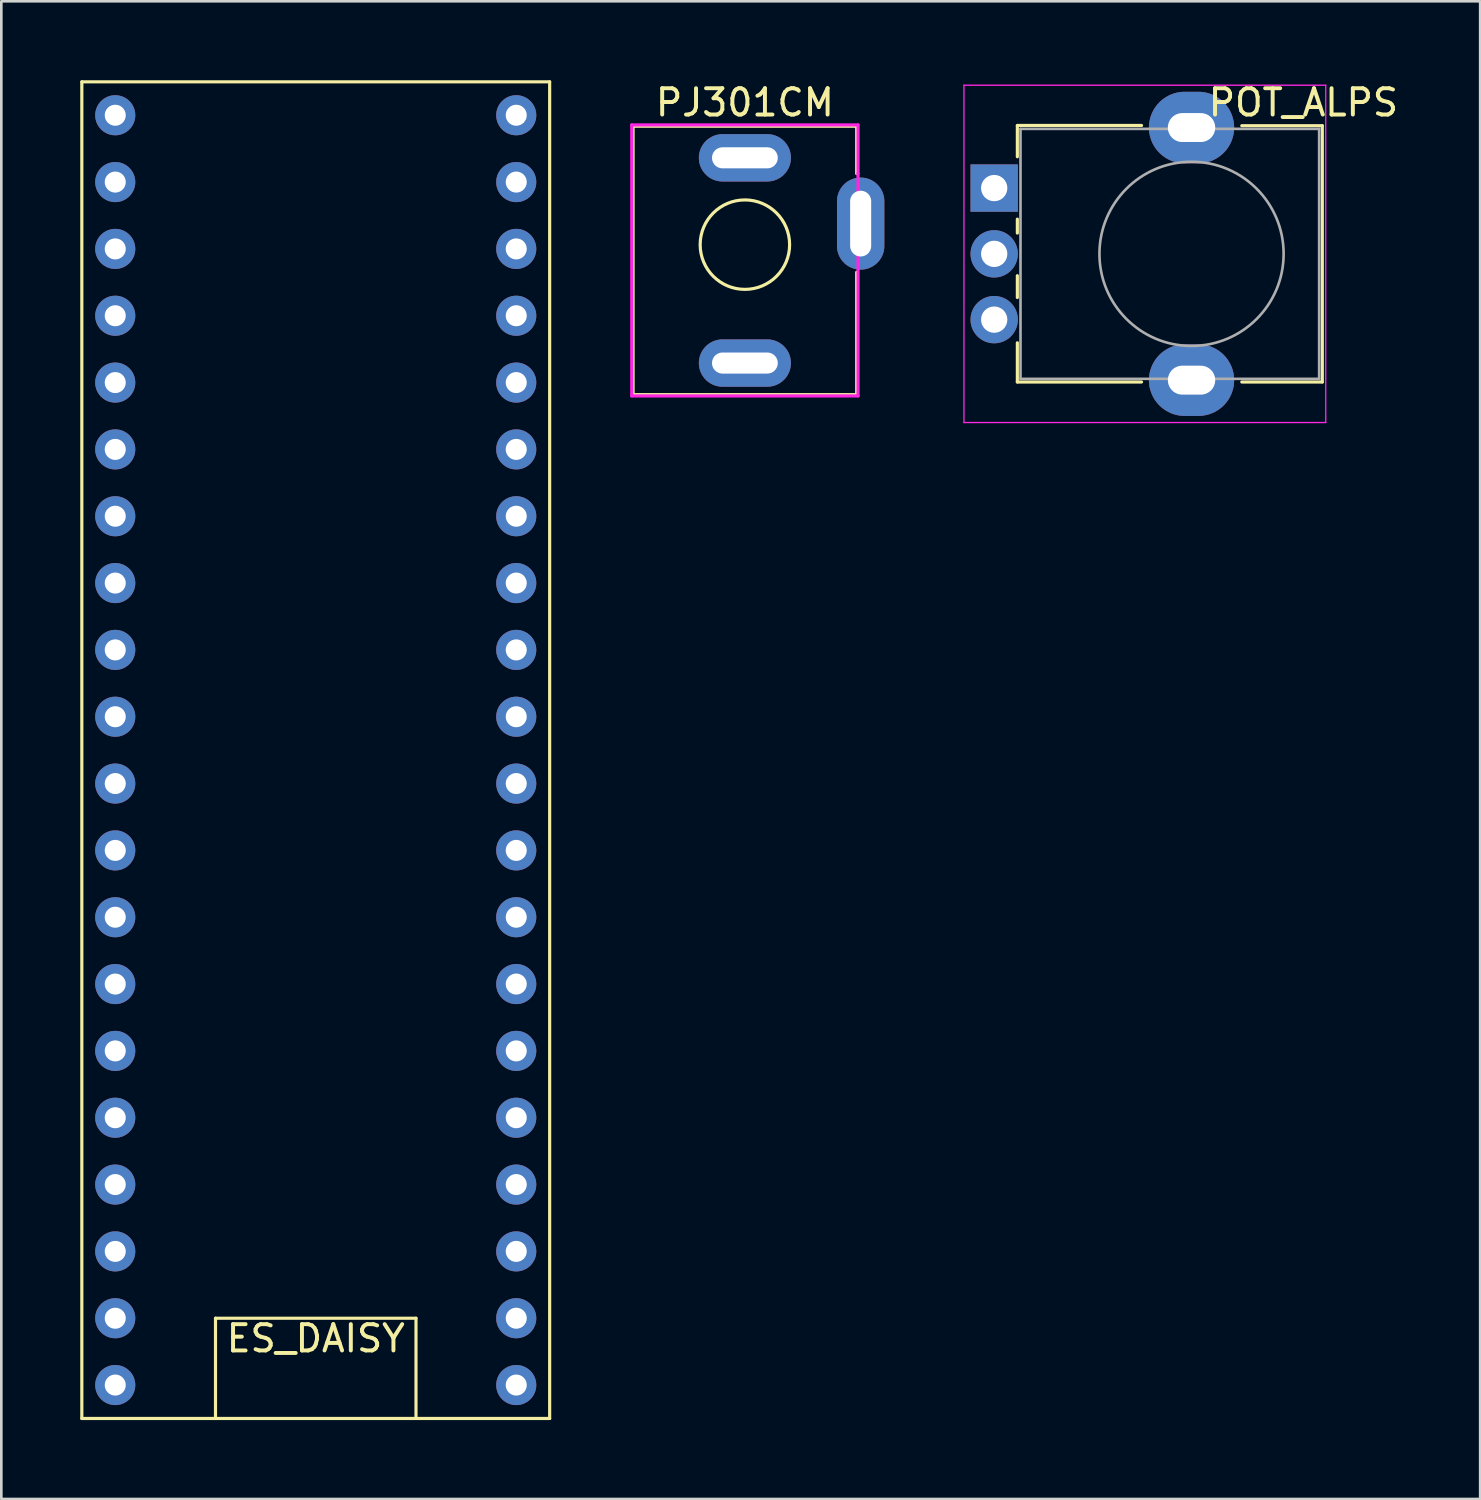
<source format=kicad_pcb>
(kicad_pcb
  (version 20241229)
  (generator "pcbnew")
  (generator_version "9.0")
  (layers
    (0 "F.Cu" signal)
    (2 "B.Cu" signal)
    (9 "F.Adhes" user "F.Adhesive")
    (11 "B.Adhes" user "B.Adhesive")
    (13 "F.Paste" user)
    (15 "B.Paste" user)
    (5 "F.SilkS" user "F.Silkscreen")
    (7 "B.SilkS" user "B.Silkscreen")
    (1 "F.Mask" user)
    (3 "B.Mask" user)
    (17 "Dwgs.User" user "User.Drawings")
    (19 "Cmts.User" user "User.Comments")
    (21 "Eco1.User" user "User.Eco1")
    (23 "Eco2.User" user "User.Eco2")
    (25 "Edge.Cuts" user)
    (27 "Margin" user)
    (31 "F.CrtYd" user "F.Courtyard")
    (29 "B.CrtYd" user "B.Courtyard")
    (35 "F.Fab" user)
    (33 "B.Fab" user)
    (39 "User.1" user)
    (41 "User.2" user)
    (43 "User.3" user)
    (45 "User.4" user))
  (footprint "POT_ALPS"
    (layer "F.Cu")
    (at 42.235 6.598)
    (property "Reference" "POT_ALPS" (at 4.25 -5.75 0) (layer "F.SilkS") (effects (font (size 1 1) (thickness 0.15))))
    (attr through_hole)
    (fp_line (start -6.62 -4.88) (end -1.9 -4.88) (stroke (width 0.12) (type solid)) (layer "F.SilkS"))
    (fp_line (start -6.62 -3.69) (end -6.62 -4.87) (stroke (width 0.12) (type solid)) (layer "F.SilkS"))
    (fp_line (start -6.62 -0.79) (end -6.62 -1.32) (stroke (width 0.12) (type solid)) (layer "F.SilkS"))
    (fp_line (start -6.62 1.66) (end -6.62 0.83) (stroke (width 0.12) (type solid)) (layer "F.SilkS"))
    (fp_line (start -6.62 4.87) (end -6.62 3.38) (stroke (width 0.12) (type solid)) (layer "F.SilkS"))
    (fp_line (start -6.62 4.87) (end -1.9 4.87) (stroke (width 0.12) (type solid)) (layer "F.SilkS"))
    (fp_line (start 1.91 -4.87) (end 4.97 -4.87) (stroke (width 0.12) (type solid)) (layer "F.SilkS"))
    (fp_line (start 1.91 4.87) (end 4.97 4.87) (stroke (width 0.12) (type solid)) (layer "F.SilkS"))
    (fp_line (start 4.97 4.87) (end 4.97 -4.87) (stroke (width 0.12) (type solid)) (layer "F.SilkS"))
    (fp_circle (center 0 0) (end 0 -3.75) (stroke (width 0.1) (type default)) (fill no) (layer "Eco1.User"))
    (fp_line (start -8.65 -6.41) (end -8.65 6.41) (stroke (width 0.05) (type solid)) (layer "F.CrtYd"))
    (fp_line (start -8.65 6.41) (end 5.1 6.41) (stroke (width 0.05) (type solid)) (layer "F.CrtYd"))
    (fp_line (start 5.1 -6.41) (end -8.65 -6.41) (stroke (width 0.05) (type solid)) (layer "F.CrtYd"))
    (fp_line (start 5.1 6.41) (end 5.1 -6.41) (stroke (width 0.05) (type solid)) (layer "F.CrtYd"))
    (fp_line (start -6.5 -4.75) (end 4.85 -4.75) (stroke (width 0.1) (type solid)) (layer "F.Fab"))
    (fp_line (start -6.5 4.75) (end -6.5 -4.75) (stroke (width 0.1) (type solid)) (layer "F.Fab"))
    (fp_line (start -6.5 4.75) (end 4.85 4.75) (stroke (width 0.1) (type solid)) (layer "F.Fab"))
    (fp_line (start 4.85 4.75) (end 4.85 -4.75) (stroke (width 0.1) (type solid)) (layer "F.Fab"))
    (fp_circle (center 0 0) (end 0 -3.5) (stroke (width 0.1) (type solid)) (fill no) (layer "F.Fab"))
    (pad "1" thru_hole rect (at -7.5 -2.5 90) (size 1.8 1.8) (drill 1) (layers "*.Cu" "*.Mask"))
    (pad "1" thru_hole oval (at 0 -4.8 90) (size 2.72 3.24) (drill oval 1.1 1.8) (layers "*.Cu" "*.Mask"))
    (pad "1" thru_hole oval (at 0 4.8 90) (size 2.72 3.24) (drill oval 1.1 1.8) (layers "*.Cu" "*.Mask"))
    (pad "2" thru_hole circle (at -7.5 0 90) (size 1.8 1.8) (drill 1) (layers "*.Cu" "*.Mask"))
    (pad "3" thru_hole circle (at -7.5 2.5 90) (size 1.8 1.8) (drill 1) (layers "*.Cu" "*.Mask")))
  (footprint "PJ301CM"
    (layer "F.Cu")
    (at 25.26 6.248)
    (property "Reference" "PJ301CM" (at 0 -5.4 0) (layer "F.SilkS") (effects (font (size 1 1) (thickness 0.15))))
    (attr through_hole)
    (fp_line (start -4.25 -4.5) (end 4.25 -4.5) (stroke (width 0.12) (type solid)) (layer "F.SilkS"))
    (fp_line (start -4.25 5.7) (end -4.25 -4.5) (stroke (width 0.12) (type solid)) (layer "F.SilkS"))
    (fp_line (start 4.25 -4.5) (end 4.25 -2.7) (stroke (width 0.12) (type solid)) (layer "F.SilkS"))
    (fp_line (start 4.25 1.05) (end 4.25 5.7) (stroke (width 0.12) (type solid)) (layer "F.SilkS"))
    (fp_line (start 4.25 5.7) (end -4.25 5.7) (stroke (width 0.12) (type solid)) (layer "F.SilkS"))
    (fp_circle (center 0 0) (end 1.7 0) (stroke (width 0.12) (type solid)) (fill no) (layer "F.SilkS"))
    (fp_line (start -4.3 -4.55) (end 4.3 -4.55) (stroke (width 0.12) (type solid)) (layer "F.CrtYd"))
    (fp_line (start -4.3 5.75) (end -4.3 -4.55) (stroke (width 0.12) (type solid)) (layer "F.CrtYd"))
    (fp_line (start 4.3 -4.55) (end 4.3 -2.7) (stroke (width 0.12) (type solid)) (layer "F.CrtYd"))
    (fp_line (start 4.3 -2.7) (end 4.3 5.75) (stroke (width 0.12) (type solid)) (layer "F.CrtYd"))
    (fp_line (start 4.3 5.75) (end -4.3 5.75) (stroke (width 0.12) (type solid)) (layer "F.CrtYd"))
    (pad "R" thru_hole oval (at 0 -3.3 180) (size 3.5 1.8) (drill oval 2.5 0.8) (layers "*.Cu" "*.Mask"))
    (pad "S" thru_hole oval (at 4.4 -0.8 90) (size 3.5 1.8) (drill oval 2.5 0.8) (layers "*.Cu" "*.Mask"))
    (pad "T" thru_hole oval (at 0 4.5) (size 3.5 1.8) (drill oval 2.5 0.8) (layers "*.Cu" "*.Mask")))
  (footprint "ES_DAISY"
    (layer "F.Cu")
    (at 8.95 24.19)
    (property "Reference" "ES_DAISY" (at 0 23.63 180) (layer "F.SilkS") (effects (font (size 1 1) (thickness 0.15))))
    (attr through_hole)
    (fp_line (start -8.89 -24.13) (end 8.89 -24.13) (stroke (width 0.12) (type solid)) (layer "F.SilkS"))
    (fp_line (start -8.89 26.67) (end -8.89 -24.13) (stroke (width 0.12) (type solid)) (layer "F.SilkS"))
    (fp_line (start -3.81 22.86) (end -3.81 26.67) (stroke (width 0.12) (type solid)) (layer "F.SilkS"))
    (fp_line (start 3.81 22.86) (end -3.81 22.86) (stroke (width 0.12) (type solid)) (layer "F.SilkS"))
    (fp_line (start 3.81 26.67) (end 3.81 22.86) (stroke (width 0.12) (type solid)) (layer "F.SilkS"))
    (fp_line (start 8.89 -24.13) (end 8.89 26.67) (stroke (width 0.12) (type solid)) (layer "F.SilkS"))
    (fp_line (start 8.89 26.67) (end -8.89 26.67) (stroke (width 0.12) (type solid)) (layer "F.SilkS"))
    (pad "1" thru_hole circle (at 7.62 25.4 180) (size 1.524 1.524) (drill 0.8) (layers "*.Cu" "*.Mask"))
    (pad "2" thru_hole circle (at 7.62 22.86 180) (size 1.524 1.524) (drill 0.8) (layers "*.Cu" "*.Mask"))
    (pad "3" thru_hole circle (at 7.62 20.32 180) (size 1.524 1.524) (drill 0.8) (layers "*.Cu" "*.Mask"))
    (pad "4" thru_hole circle (at 7.62 17.78 180) (size 1.524 1.524) (drill 0.8) (layers "*.Cu" "*.Mask"))
    (pad "5" thru_hole circle (at 7.62 15.24 180) (size 1.524 1.524) (drill 0.8) (layers "*.Cu" "*.Mask"))
    (pad "6" thru_hole circle (at 7.62 12.7 180) (size 1.524 1.524) (drill 0.8) (layers "*.Cu" "*.Mask"))
    (pad "7" thru_hole circle (at 7.62 10.16 180) (size 1.524 1.524) (drill 0.8) (layers "*.Cu" "*.Mask"))
    (pad "8" thru_hole circle (at 7.62 7.62 180) (size 1.524 1.524) (drill 0.8) (layers "*.Cu" "*.Mask"))
    (pad "9" thru_hole circle (at 7.62 5.08 180) (size 1.524 1.524) (drill 0.8) (layers "*.Cu" "*.Mask"))
    (pad "10" thru_hole circle (at 7.62 2.54 180) (size 1.524 1.524) (drill 0.8) (layers "*.Cu" "*.Mask"))
    (pad "11" thru_hole circle (at 7.62 0 180) (size 1.524 1.524) (drill 0.8) (layers "*.Cu" "*.Mask"))
    (pad "12" thru_hole circle (at 7.62 -2.54 180) (size 1.524 1.524) (drill 0.8) (layers "*.Cu" "*.Mask"))
    (pad "13" thru_hole circle (at 7.62 -5.08 180) (size 1.524 1.524) (drill 0.8) (layers "*.Cu" "*.Mask"))
    (pad "14" thru_hole circle (at 7.62 -7.62 180) (size 1.524 1.524) (drill 0.8) (layers "*.Cu" "*.Mask"))
    (pad "15" thru_hole circle (at 7.62 -10.16 180) (size 1.524 1.524) (drill 0.8) (layers "*.Cu" "*.Mask"))
    (pad "16" thru_hole circle (at 7.62 -12.7 180) (size 1.524 1.524) (drill 0.8) (layers "*.Cu" "*.Mask"))
    (pad "17" thru_hole circle (at 7.62 -15.24 180) (size 1.524 1.524) (drill 0.8) (layers "*.Cu" "*.Mask"))
    (pad "18" thru_hole circle (at 7.62 -17.78 180) (size 1.524 1.524) (drill 0.8) (layers "*.Cu" "*.Mask"))
    (pad "19" thru_hole circle (at 7.62 -20.32 180) (size 1.524 1.524) (drill 0.8) (layers "*.Cu" "*.Mask"))
    (pad "20" thru_hole circle (at 7.62 -22.86 180) (size 1.524 1.524) (drill 0.8) (layers "*.Cu" "*.Mask"))
    (pad "21" thru_hole circle (at -7.62 -22.86 180) (size 1.524 1.524) (drill 0.8) (layers "*.Cu" "*.Mask"))
    (pad "22" thru_hole circle (at -7.62 -20.32 180) (size 1.524 1.524) (drill 0.8) (layers "*.Cu" "*.Mask"))
    (pad "23" thru_hole circle (at -7.62 -17.78 180) (size 1.524 1.524) (drill 0.8) (layers "*.Cu" "*.Mask"))
    (pad "24" thru_hole circle (at -7.62 -15.24 180) (size 1.524 1.524) (drill 0.8) (layers "*.Cu" "*.Mask"))
    (pad "25" thru_hole circle (at -7.62 -12.7 180) (size 1.524 1.524) (drill 0.8) (layers "*.Cu" "*.Mask"))
    (pad "26" thru_hole circle (at -7.62 -10.16 180) (size 1.524 1.524) (drill 0.8) (layers "*.Cu" "*.Mask"))
    (pad "27" thru_hole circle (at -7.62 -7.62 180) (size 1.524 1.524) (drill 0.8) (layers "*.Cu" "*.Mask"))
    (pad "28" thru_hole circle (at -7.62 -5.08 180) (size 1.524 1.524) (drill 0.8) (layers "*.Cu" "*.Mask"))
    (pad "29" thru_hole circle (at -7.62 -2.54 180) (size 1.524 1.524) (drill 0.8) (layers "*.Cu" "*.Mask"))
    (pad "30" thru_hole circle (at -7.62 0 180) (size 1.524 1.524) (drill 0.8) (layers "*.Cu" "*.Mask"))
    (pad "31" thru_hole circle (at -7.62 2.54 180) (size 1.524 1.524) (drill 0.8) (layers "*.Cu" "*.Mask"))
    (pad "32" thru_hole circle (at -7.62 5.08 180) (size 1.524 1.524) (drill 0.8) (layers "*.Cu" "*.Mask"))
    (pad "33" thru_hole circle (at -7.62 7.62 180) (size 1.524 1.524) (drill 0.8) (layers "*.Cu" "*.Mask"))
    (pad "34" thru_hole circle (at -7.62 10.16 180) (size 1.524 1.524) (drill 0.8) (layers "*.Cu" "*.Mask"))
    (pad "35" thru_hole circle (at -7.62 12.7 180) (size 1.524 1.524) (drill 0.8) (layers "*.Cu" "*.Mask"))
    (pad "36" thru_hole circle (at -7.62 15.24 180) (size 1.524 1.524) (drill 0.8) (layers "*.Cu" "*.Mask"))
    (pad "37" thru_hole circle (at -7.62 17.78 180) (size 1.524 1.524) (drill 0.8) (layers "*.Cu" "*.Mask"))
    (pad "38" thru_hole circle (at -7.62 20.32 180) (size 1.524 1.524) (drill 0.8) (layers "*.Cu" "*.Mask"))
    (pad "39" thru_hole circle (at -7.62 22.86 180) (size 1.524 1.524) (drill 0.8) (layers "*.Cu" "*.Mask"))
    (pad "40" thru_hole circle (at -7.62 25.4 180) (size 1.524 1.524) (drill 0.8) (layers "*.Cu" "*.Mask")))
  (gr_rect
    (start -3 -3)
    (end 53.205 53.92)
    (stroke (width 0.1) (type default))
    (fill no)
    (layer "Edge.Cuts")))
</source>
